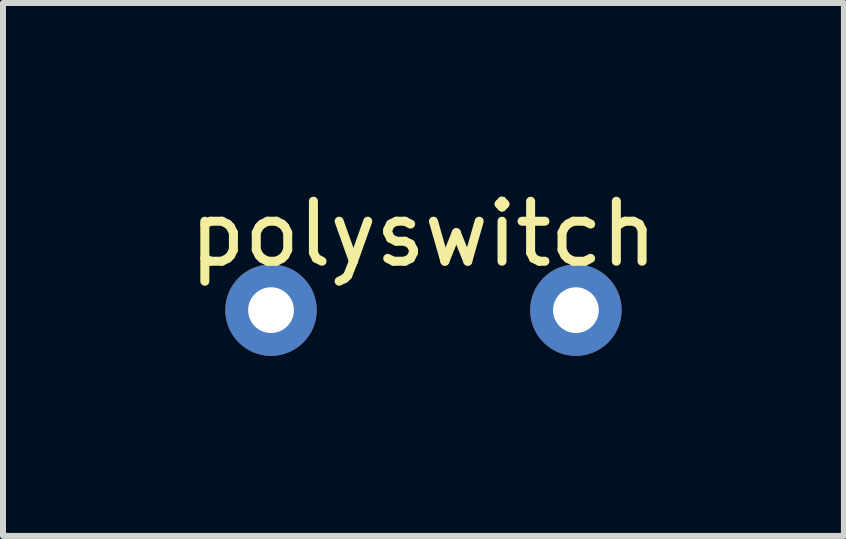
<source format=kicad_pcb>
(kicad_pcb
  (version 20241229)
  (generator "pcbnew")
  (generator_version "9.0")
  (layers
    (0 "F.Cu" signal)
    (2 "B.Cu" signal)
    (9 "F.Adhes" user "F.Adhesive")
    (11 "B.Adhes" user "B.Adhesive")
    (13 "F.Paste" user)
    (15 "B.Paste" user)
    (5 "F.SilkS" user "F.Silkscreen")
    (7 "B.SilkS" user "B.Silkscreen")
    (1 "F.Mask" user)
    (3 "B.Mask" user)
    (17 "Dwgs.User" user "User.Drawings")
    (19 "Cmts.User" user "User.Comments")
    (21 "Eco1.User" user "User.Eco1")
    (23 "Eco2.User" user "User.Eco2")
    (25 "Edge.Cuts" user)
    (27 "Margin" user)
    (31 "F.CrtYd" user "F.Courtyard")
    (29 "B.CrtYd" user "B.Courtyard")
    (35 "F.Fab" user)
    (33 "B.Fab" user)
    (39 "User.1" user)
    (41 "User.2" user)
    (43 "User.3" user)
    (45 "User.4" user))
  (footprint "polyswitch"
    (layer "F.Cu")
    (at 4.006 2.118)
    (property "Reference" "polyswitch" (at 0 -1.27 0) (layer "F.SilkS") (effects (font (size 1 1) (thickness 0.15))))
    (attr through_hole)
    (pad "1" thru_hole circle (at 2.54 0) (size 1.524 1.524) (drill 0.762) (layers "*.Cu" "*.Mask"))
    (pad "2" thru_hole circle (at -2.54 0) (size 1.524 1.524) (drill 0.762) (layers "*.Cu" "*.Mask")))
  (gr_rect
    (start -3 -3)
    (end 11.012 5.88)
    (stroke (width 0.1) (type default))
    (fill no)
    (layer "Edge.Cuts")))
</source>
